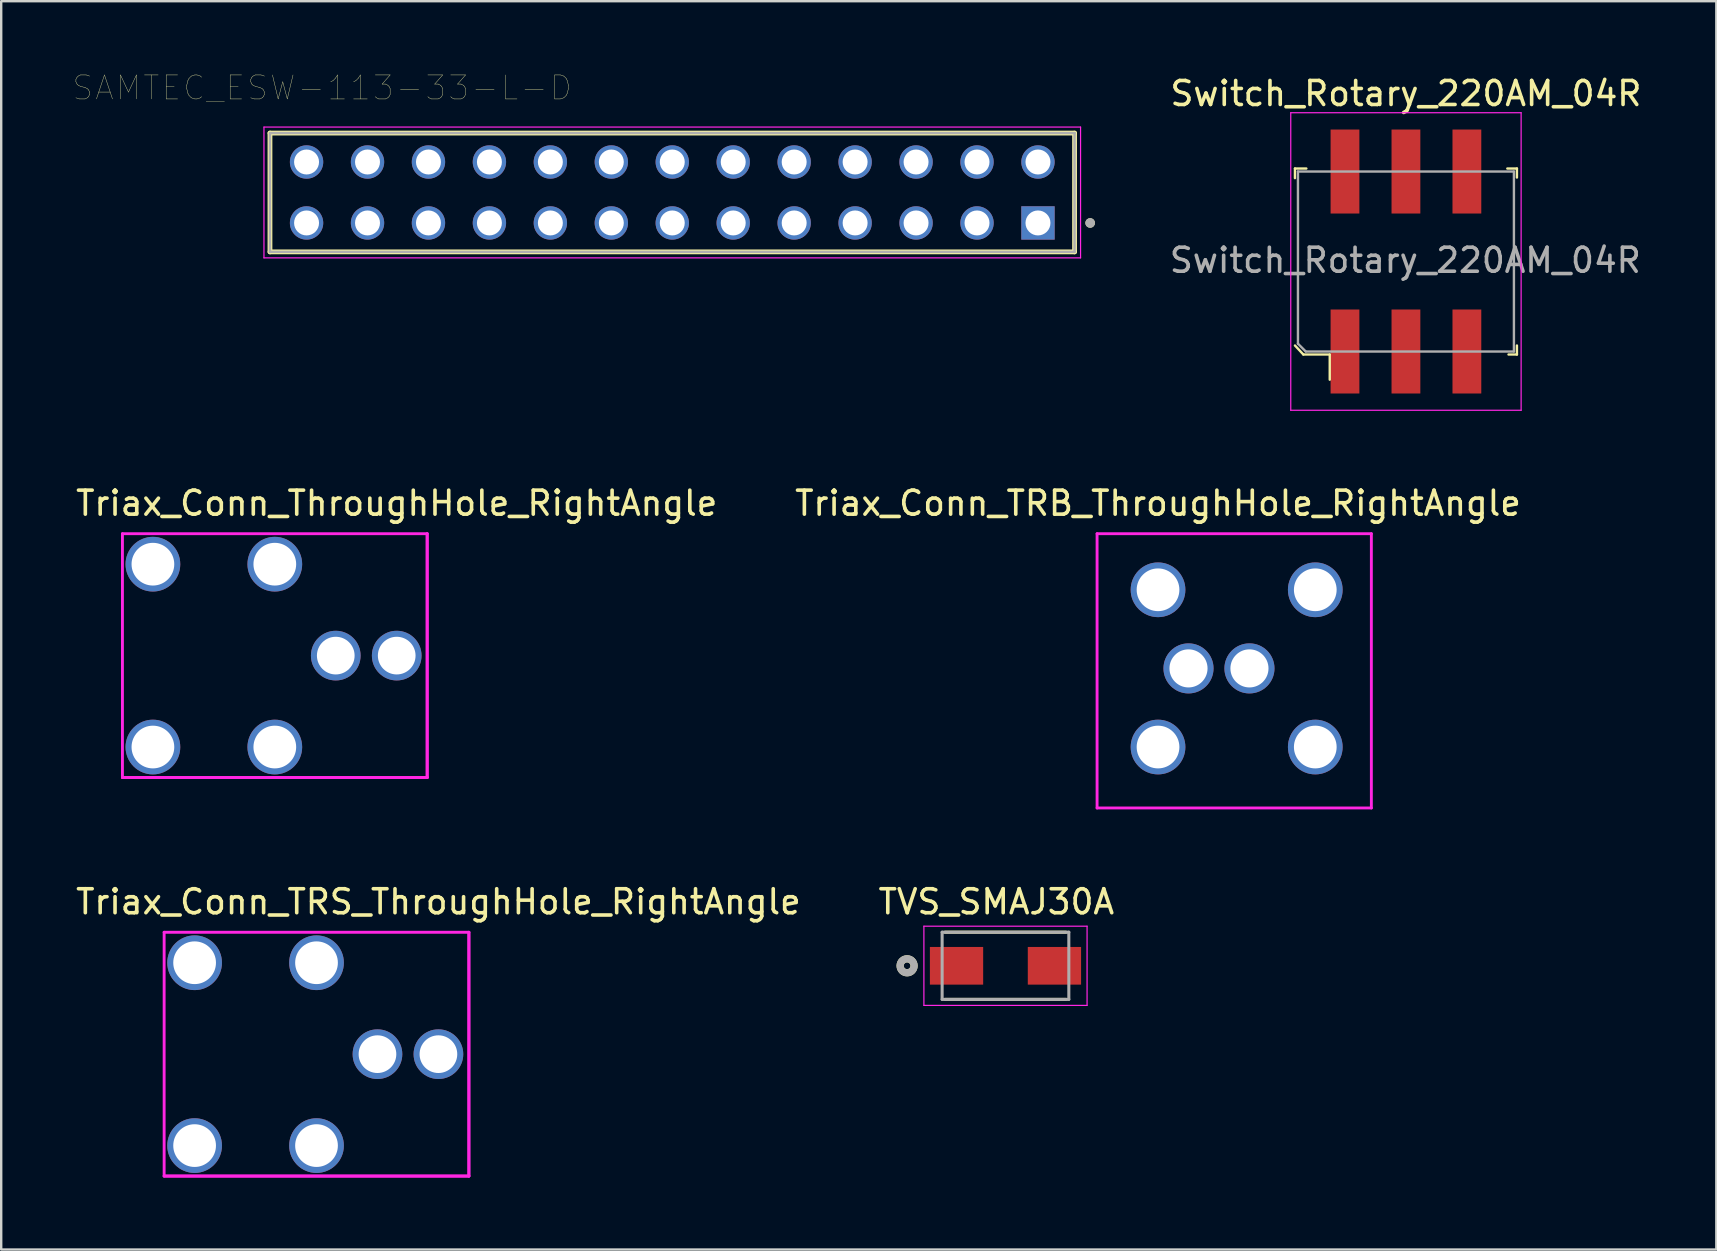
<source format=kicad_pcb>
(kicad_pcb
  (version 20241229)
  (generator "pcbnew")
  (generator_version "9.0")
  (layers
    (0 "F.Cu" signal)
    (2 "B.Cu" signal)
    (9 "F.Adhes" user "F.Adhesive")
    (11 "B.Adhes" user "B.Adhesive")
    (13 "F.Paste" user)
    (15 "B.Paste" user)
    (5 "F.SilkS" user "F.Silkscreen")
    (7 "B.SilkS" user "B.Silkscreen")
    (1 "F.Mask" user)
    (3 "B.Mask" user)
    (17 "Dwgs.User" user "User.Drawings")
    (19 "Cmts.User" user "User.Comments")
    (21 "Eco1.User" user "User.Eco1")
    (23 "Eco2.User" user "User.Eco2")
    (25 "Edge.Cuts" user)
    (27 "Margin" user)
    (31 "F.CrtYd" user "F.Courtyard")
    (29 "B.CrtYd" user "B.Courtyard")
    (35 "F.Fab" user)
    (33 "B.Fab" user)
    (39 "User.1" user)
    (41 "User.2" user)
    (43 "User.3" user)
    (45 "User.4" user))
  (footprint "Triax_Conn_TRS_ThroughHole_RightAngle"
    (layer "F.Cu")
    (at 10.14 40.88)
    (property "Reference" "Triax_Conn_TRS_ThroughHole_RightAngle" (at 5.08 -6.35 0) (layer "F.SilkS") (effects (font (size 1 1) (thickness 0.15))))
    (attr through_hole)
    (fp_line (start -6.35 -5.08) (end 6.35 -5.08) (stroke (width 0.12) (type solid)) (layer "F.CrtYd"))
    (fp_line (start -6.35 5.08) (end -6.35 -5.08) (stroke (width 0.12) (type solid)) (layer "F.CrtYd"))
    (fp_line (start -6.35 5.08) (end 6.35 5.08) (stroke (width 0.12) (type solid)) (layer "F.CrtYd"))
    (fp_line (start 6.35 -5.08) (end 6.35 5.08) (stroke (width 0.12) (type solid)) (layer "F.CrtYd"))
    (fp_line (start 6.35 -5.08) (end 6.35 5.08) (stroke (width 0.12) (type solid)) (layer "F.CrtYd"))
    (fp_line (start 6.35 5.08) (end -6.35 5.08) (stroke (width 0.12) (type solid)) (layer "F.CrtYd"))
    (pad "1" thru_hole circle (at 5.08 0) (size 2.07 2.07) (drill 1.57) (layers "*.Cu" "*.Mask"))
    (pad "2" thru_hole circle (at 2.54 0) (size 2.07 2.07) (drill 1.57) (layers "*.Cu" "*.Mask"))
    (pad "3" thru_hole circle (at -5.08 -3.81) (size 2.28 2.28) (drill 1.78) (layers "*.Cu" "*.Mask"))
    (pad "3" thru_hole circle (at -5.08 3.81) (size 2.28 2.28) (drill 1.78) (layers "*.Cu" "*.Mask"))
    (pad "3" thru_hole circle (at 0 -3.81) (size 2.28 2.28) (drill 1.78) (layers "*.Cu" "*.Mask"))
    (pad "3" thru_hole circle (at 0 3.81) (size 2.28 2.28) (drill 1.78) (layers "*.Cu" "*.Mask")))
  (footprint "SAMTEC_ESW-113-33-L-D"
    (layer "F.Cu")
    (at 40.205 6.241)
    (property "Reference" "SAMTEC_ESW-113-33-L-D" (at -29.83 -5.63 0) (layer "F.SilkS") (effects (font (size 1 1) (thickness 0.015))))
    (attr through_hole)
    (fp_line (start -32.005 1.205) (end -32.005 -3.745) (stroke (width 0.2) (type solid)) (layer "F.SilkS"))
    (fp_line (start 1.525 -3.745) (end -32.005 -3.745) (stroke (width 0.2) (type solid)) (layer "F.SilkS"))
    (fp_line (start 1.525 -3.745) (end 1.525 1.205) (stroke (width 0.2) (type solid)) (layer "F.SilkS"))
    (fp_line (start 1.525 1.205) (end -32.005 1.205) (stroke (width 0.2) (type solid)) (layer "F.SilkS"))
    (fp_circle (center 2.175 0) (end 2.275 0) (stroke (width 0.2) (type solid)) (fill no) (layer "F.SilkS"))
    (fp_line (start -32.255 -3.995) (end 1.775 -3.995) (stroke (width 0.05) (type solid)) (layer "F.CrtYd"))
    (fp_line (start -32.255 1.455) (end -32.255 -3.995) (stroke (width 0.05) (type solid)) (layer "F.CrtYd"))
    (fp_line (start 1.775 -3.995) (end 1.775 1.455) (stroke (width 0.05) (type solid)) (layer "F.CrtYd"))
    (fp_line (start 1.775 1.455) (end -32.255 1.455) (stroke (width 0.05) (type solid)) (layer "F.CrtYd"))
    (fp_line (start -32.005 -3.745) (end 1.525 -3.745) (stroke (width 0.1) (type solid)) (layer "F.Fab"))
    (fp_line (start -32.005 1.205) (end -32.005 -3.745) (stroke (width 0.1) (type solid)) (layer "F.Fab"))
    (fp_line (start 1.525 -3.745) (end 1.525 1.205) (stroke (width 0.1) (type solid)) (layer "F.Fab"))
    (fp_line (start 1.525 1.205) (end -32.005 1.205) (stroke (width 0.1) (type solid)) (layer "F.Fab"))
    (fp_circle (center 2.175 0) (end 2.275 0) (stroke (width 0.2) (type solid)) (fill no) (layer "F.Fab"))
    (pad "01" thru_hole rect (at 0 0) (size 1.39 1.39) (drill 1.04) (layers "*.Cu" "*.Mask"))
    (pad "02" thru_hole circle (at 0 -2.54) (size 1.39 1.39) (drill 1.04) (layers "*.Cu" "*.Mask"))
    (pad "03" thru_hole circle (at -2.54 0) (size 1.39 1.39) (drill 1.04) (layers "*.Cu" "*.Mask"))
    (pad "04" thru_hole circle (at -2.54 -2.54) (size 1.39 1.39) (drill 1.04) (layers "*.Cu" "*.Mask"))
    (pad "05" thru_hole circle (at -5.08 0) (size 1.39 1.39) (drill 1.04) (layers "*.Cu" "*.Mask"))
    (pad "06" thru_hole circle (at -5.08 -2.54) (size 1.39 1.39) (drill 1.04) (layers "*.Cu" "*.Mask"))
    (pad "07" thru_hole circle (at -7.62 0) (size 1.39 1.39) (drill 1.04) (layers "*.Cu" "*.Mask"))
    (pad "08" thru_hole circle (at -7.62 -2.54) (size 1.39 1.39) (drill 1.04) (layers "*.Cu" "*.Mask"))
    (pad "09" thru_hole circle (at -10.16 0) (size 1.39 1.39) (drill 1.04) (layers "*.Cu" "*.Mask"))
    (pad "10" thru_hole circle (at -10.16 -2.54) (size 1.39 1.39) (drill 1.04) (layers "*.Cu" "*.Mask"))
    (pad "11" thru_hole circle (at -12.7 0) (size 1.39 1.39) (drill 1.04) (layers "*.Cu" "*.Mask"))
    (pad "12" thru_hole circle (at -12.7 -2.54) (size 1.39 1.39) (drill 1.04) (layers "*.Cu" "*.Mask"))
    (pad "13" thru_hole circle (at -15.24 0) (size 1.39 1.39) (drill 1.04) (layers "*.Cu" "*.Mask"))
    (pad "14" thru_hole circle (at -15.24 -2.54) (size 1.39 1.39) (drill 1.04) (layers "*.Cu" "*.Mask"))
    (pad "15" thru_hole circle (at -17.78 0) (size 1.39 1.39) (drill 1.04) (layers "*.Cu" "*.Mask"))
    (pad "16" thru_hole circle (at -17.78 -2.54) (size 1.39 1.39) (drill 1.04) (layers "*.Cu" "*.Mask"))
    (pad "17" thru_hole circle (at -20.32 0) (size 1.39 1.39) (drill 1.04) (layers "*.Cu" "*.Mask"))
    (pad "18" thru_hole circle (at -20.32 -2.54) (size 1.39 1.39) (drill 1.04) (layers "*.Cu" "*.Mask"))
    (pad "19" thru_hole circle (at -22.86 0) (size 1.39 1.39) (drill 1.04) (layers "*.Cu" "*.Mask"))
    (pad "20" thru_hole circle (at -22.86 -2.54) (size 1.39 1.39) (drill 1.04) (layers "*.Cu" "*.Mask"))
    (pad "21" thru_hole circle (at -25.4 0) (size 1.39 1.39) (drill 1.04) (layers "*.Cu" "*.Mask"))
    (pad "22" thru_hole circle (at -25.4 -2.54) (size 1.39 1.39) (drill 1.04) (layers "*.Cu" "*.Mask"))
    (pad "23" thru_hole circle (at -27.94 0) (size 1.39 1.39) (drill 1.04) (layers "*.Cu" "*.Mask"))
    (pad "24" thru_hole circle (at -27.94 -2.54) (size 1.39 1.39) (drill 1.04) (layers "*.Cu" "*.Mask"))
    (pad "25" thru_hole circle (at -30.48 0) (size 1.39 1.39) (drill 1.04) (layers "*.Cu" "*.Mask"))
    (pad "26" thru_hole circle (at -30.48 -2.54) (size 1.39 1.39) (drill 1.04) (layers "*.Cu" "*.Mask")))
  (footprint "Switch_Rotary_220AM_04R"
    (layer "F.Cu")
    (at 55.539 7.848)
    (property "Reference" "Switch_Rotary_220AM_04R" (at 0 -7 0) (layer "F.SilkS") (effects (font (size 1 1) (thickness 0.15))))
    (attr smd)
    (fp_line (start -4.625 -3.875) (end -4.625 -3.475) (stroke (width 0.1) (type solid)) (layer "F.SilkS"))
    (fp_line (start -4.625 3.5) (end -4.275 3.875) (stroke (width 0.1) (type solid)) (layer "F.SilkS"))
    (fp_line (start -4.275 3.875) (end -3.175 3.875) (stroke (width 0.1) (type solid)) (layer "F.SilkS"))
    (fp_line (start -4.15 -3.875) (end -4.625 -3.875) (stroke (width 0.1) (type solid)) (layer "F.SilkS"))
    (fp_line (start -3.175 3.875) (end -3.175 4.925) (stroke (width 0.1) (type solid)) (layer "F.SilkS"))
    (fp_line (start 4.225 -3.875) (end 4.625 -3.875) (stroke (width 0.1) (type solid)) (layer "F.SilkS"))
    (fp_line (start 4.625 -3.875) (end 4.625 -3.5) (stroke (width 0.1) (type solid)) (layer "F.SilkS"))
    (fp_line (start 4.625 3.5) (end 4.625 3.875) (stroke (width 0.1) (type solid)) (layer "F.SilkS"))
    (fp_line (start 4.625 3.875) (end 4.275 3.875) (stroke (width 0.1) (type solid)) (layer "F.SilkS"))
    (fp_line (start -4.8 -6.2) (end -4.8 6.2) (stroke (width 0.05) (type solid)) (layer "F.CrtYd"))
    (fp_line (start -4.8 6.2) (end 4.8 6.2) (stroke (width 0.05) (type solid)) (layer "F.CrtYd"))
    (fp_line (start 4.8 -6.2) (end -4.8 -6.2) (stroke (width 0.05) (type solid)) (layer "F.CrtYd"))
    (fp_line (start 4.8 -6.2) (end 4.8 6.2) (stroke (width 0.05) (type solid)) (layer "F.CrtYd"))
    (fp_line (start -4.5 3.425) (end -4.5 -3.75) (stroke (width 0.1) (type solid)) (layer "F.Fab"))
    (fp_line (start -4.5 3.425) (end -4.175 3.75) (stroke (width 0.1) (type solid)) (layer "F.Fab"))
    (fp_line (start -4.175 3.75) (end 4.5 3.75) (stroke (width 0.1) (type solid)) (layer "F.Fab"))
    (fp_line (start 4.5 -3.75) (end -4.5 -3.75) (stroke (width 0.1) (type solid)) (layer "F.Fab"))
    (fp_line (start 4.5 -3.75) (end 4.5 3.75) (stroke (width 0.1) (type solid)) (layer "F.Fab"))
    (fp_text user "${REFERENCE}" (at -0.025 -0.05 0) (layer "F.Fab") (effects (font (size 1 1) (thickness 0.15))))
    (pad "0" smd rect (at 2.54 3.75) (size 1.2 3.5) (layers "F.Cu" "F.Mask" "F.Paste"))
    (pad "1" smd rect (at -2.54 3.75) (size 1.2 3.5) (layers "F.Cu" "F.Mask" "F.Paste"))
    (pad "2" smd rect (at -2.54 -3.75) (size 1.2 3.5) (layers "F.Cu" "F.Mask" "F.Paste"))
    (pad "3" smd rect (at 2.54 -3.75) (size 1.2 3.5) (layers "F.Cu" "F.Mask" "F.Paste"))
    (pad "C" smd rect (at 0 -3.75) (size 1.2 3.5) (layers "F.Cu" "F.Mask" "F.Paste"))
    (pad "C" smd rect (at 0 3.75) (size 1.2 3.5) (layers "F.Cu" "F.Mask" "F.Paste")))
  (footprint "TVS_SMAJ30A"
    (layer "F.Cu")
    (at 38.851 37.197)
    (property "Reference" "TVS_SMAJ30A" (at -0.381 -2.667 0) (layer "F.SilkS") (effects (font (size 1 1) (thickness 0.15))))
    (attr through_hole)
    (fp_line (start -2.52 -1.4) (end 2.52 -1.4) (stroke (width 0.127) (type solid)) (layer "F.SilkS"))
    (fp_line (start -2.52 1.4) (end 2.52 1.4) (stroke (width 0.127) (type solid)) (layer "F.SilkS"))
    (fp_circle (center -4.1 0) (end -3.959 0) (stroke (width 0.3) (type solid)) (fill no) (layer "F.SilkS"))
    (fp_line (start -3.4 -1.65) (end 3.4 -1.65) (stroke (width 0.05) (type solid)) (layer "F.CrtYd"))
    (fp_line (start -3.4 1.65) (end -3.4 -1.65) (stroke (width 0.05) (type solid)) (layer "F.CrtYd"))
    (fp_line (start 3.4 -1.65) (end 3.4 1.65) (stroke (width 0.05) (type solid)) (layer "F.CrtYd"))
    (fp_line (start 3.4 1.65) (end -3.4 1.65) (stroke (width 0.05) (type solid)) (layer "F.CrtYd"))
    (fp_line (start -2.64 -1.4) (end 2.64 -1.4) (stroke (width 0.127) (type solid)) (layer "F.Fab"))
    (fp_line (start -2.64 1.4) (end -2.64 -1.4) (stroke (width 0.127) (type solid)) (layer "F.Fab"))
    (fp_line (start 2.64 -1.4) (end 2.64 1.4) (stroke (width 0.127) (type solid)) (layer "F.Fab"))
    (fp_line (start 2.64 1.4) (end -2.64 1.4) (stroke (width 0.127) (type solid)) (layer "F.Fab"))
    (fp_circle (center -4.1 0) (end -3.959 0) (stroke (width 0.3) (type solid)) (fill no) (layer "F.Fab"))
    (pad "A" smd rect (at 2.04 0) (size 2.22 1.57) (layers "F.Cu" "F.Mask" "F.Paste"))
    (pad "C" smd rect (at -2.04 0) (size 2.22 1.57) (layers "F.Cu" "F.Mask" "F.Paste")))
  (footprint "Triax_Conn_TRB_ThroughHole_RightAngle"
    (layer "F.Cu")
    (at 45.208 28.081)
    (property "Reference" "Triax_Conn_TRB_ThroughHole_RightAngle" (at 0 -10.16 0) (layer "F.SilkS") (effects (font (size 1 1) (thickness 0.15))))
    (attr through_hole)
    (fp_line (start -2.54 -8.89) (end 8.89 -8.89) (stroke (width 0.12) (type solid)) (layer "F.CrtYd"))
    (fp_line (start -2.54 2.54) (end -2.54 -8.89) (stroke (width 0.12) (type solid)) (layer "F.CrtYd"))
    (fp_line (start 8.89 -8.89) (end 8.89 2.54) (stroke (width 0.12) (type solid)) (layer "F.CrtYd"))
    (fp_line (start 8.89 2.54) (end -2.54 2.54) (stroke (width 0.12) (type solid)) (layer "F.CrtYd"))
    (pad "1" thru_hole circle (at 3.81 -3.277) (size 2.087 2.087) (drill 1.587) (layers "*.Cu" "*.Mask"))
    (pad "2" thru_hole circle (at 1.27 -3.277) (size 2.087 2.087) (drill 1.587) (layers "*.Cu" "*.Mask"))
    (pad "3" thru_hole circle (at 0 -6.553) (size 2.28 2.28) (drill 1.78) (layers "*.Cu" "*.Mask"))
    (pad "3" thru_hole circle (at 0 0) (size 2.28 2.28) (drill 1.78) (layers "*.Cu" "*.Mask"))
    (pad "3" thru_hole circle (at 6.553 -6.553) (size 2.28 2.28) (drill 1.78) (layers "*.Cu" "*.Mask"))
    (pad "3" thru_hole circle (at 6.553 0) (size 2.28 2.28) (drill 1.78) (layers "*.Cu" "*.Mask")))
  (footprint "Triax_Conn_ThroughHole_RightAngle"
    (layer "F.Cu")
    (at 8.402 24.271)
    (property "Reference" "Triax_Conn_ThroughHole_RightAngle" (at 5.08 -6.35 0) (layer "F.SilkS") (effects (font (size 1 1) (thickness 0.15))))
    (attr through_hole)
    (fp_line (start -6.35 -5.08) (end 6.35 -5.08) (stroke (width 0.12) (type solid)) (layer "F.CrtYd"))
    (fp_line (start -6.35 5.08) (end -6.35 -5.08) (stroke (width 0.12) (type solid)) (layer "F.CrtYd"))
    (fp_line (start -6.35 5.08) (end 6.35 5.08) (stroke (width 0.12) (type solid)) (layer "F.CrtYd"))
    (fp_line (start 6.35 -5.08) (end 6.35 5.08) (stroke (width 0.12) (type solid)) (layer "F.CrtYd"))
    (fp_line (start 6.35 -5.08) (end 6.35 5.08) (stroke (width 0.12) (type solid)) (layer "F.CrtYd"))
    (fp_line (start 6.35 5.08) (end -6.35 5.08) (stroke (width 0.12) (type solid)) (layer "F.CrtYd"))
    (pad "1" thru_hole circle (at 5.08 0) (size 2.07 2.07) (drill 1.57) (layers "*.Cu" "*.Mask"))
    (pad "2" thru_hole circle (at 2.54 0) (size 2.07 2.07) (drill 1.57) (layers "*.Cu" "*.Mask"))
    (pad "3" thru_hole circle (at -5.08 -3.81) (size 2.28 2.28) (drill 1.78) (layers "*.Cu" "*.Mask"))
    (pad "3" thru_hole circle (at -5.08 3.81) (size 2.28 2.28) (drill 1.78) (layers "*.Cu" "*.Mask"))
    (pad "3" thru_hole circle (at 0 -3.81) (size 2.28 2.28) (drill 1.78) (layers "*.Cu" "*.Mask"))
    (pad "3" thru_hole circle (at 0 3.81) (size 2.28 2.28) (drill 1.78) (layers "*.Cu" "*.Mask")))
  (gr_rect
    (start -3 -3)
    (end 68.474 49.02)
    (stroke (width 0.1) (type default))
    (fill no)
    (layer "Edge.Cuts")))
</source>
